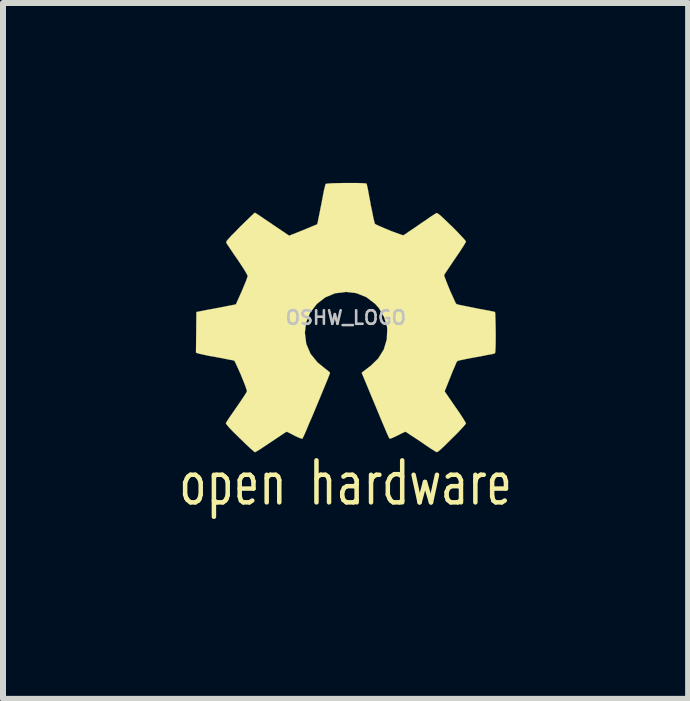
<source format=kicad_pcb>
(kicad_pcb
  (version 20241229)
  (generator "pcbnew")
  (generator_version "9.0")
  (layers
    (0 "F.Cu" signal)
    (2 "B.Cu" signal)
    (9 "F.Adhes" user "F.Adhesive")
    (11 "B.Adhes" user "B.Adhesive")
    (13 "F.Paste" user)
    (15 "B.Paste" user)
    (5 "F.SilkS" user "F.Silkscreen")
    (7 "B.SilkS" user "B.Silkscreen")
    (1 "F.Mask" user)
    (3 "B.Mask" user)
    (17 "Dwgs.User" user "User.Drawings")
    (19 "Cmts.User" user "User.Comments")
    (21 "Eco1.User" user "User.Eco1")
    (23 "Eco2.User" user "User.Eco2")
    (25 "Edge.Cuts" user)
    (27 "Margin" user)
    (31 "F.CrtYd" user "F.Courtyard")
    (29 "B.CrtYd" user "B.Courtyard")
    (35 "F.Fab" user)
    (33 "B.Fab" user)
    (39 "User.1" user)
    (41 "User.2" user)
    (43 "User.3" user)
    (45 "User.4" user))
  (footprint "OSHW_LOGO"
    (layer "F.Cu")
    (at 2.717 2.247)
    (property "Reference" "OSHW_LOGO" (at 0 0 0) (layer "Dwgs.User") (effects (font (size 0.226 0.226) (thickness 0.043))))
    (attr through_hole)
    (fp_line (start -2.68 2.75) (end -2.68 2.95) (stroke (width 0.075) (type solid)) (layer "F.SilkS"))
    (fp_line (start -2.68 2.95) (end -2.66 3.01) (stroke (width 0.075) (type solid)) (layer "F.SilkS"))
    (fp_line (start -2.66 3.01) (end -2.64 3.04) (stroke (width 0.075) (type solid)) (layer "F.SilkS"))
    (fp_line (start -2.65 2.68) (end -2.68 2.75) (stroke (width 0.075) (type solid)) (layer "F.SilkS"))
    (fp_line (start -2.64 3.04) (end -2.59 3.08) (stroke (width 0.075) (type solid)) (layer "F.SilkS"))
    (fp_line (start -2.63 2.65) (end -2.65 2.68) (stroke (width 0.075) (type solid)) (layer "F.SilkS"))
    (fp_line (start -2.59 2.62) (end -2.63 2.65) (stroke (width 0.075) (type solid)) (layer "F.SilkS"))
    (fp_line (start -2.59 3.08) (end -2.51 3.08) (stroke (width 0.075) (type solid)) (layer "F.SilkS"))
    (fp_line (start -2.51 2.62) (end -2.59 2.62) (stroke (width 0.075) (type solid)) (layer "F.SilkS"))
    (fp_line (start -2.51 3.08) (end -2.46 3.05) (stroke (width 0.075) (type solid)) (layer "F.SilkS"))
    (fp_line (start -2.46 2.66) (end -2.51 2.62) (stroke (width 0.075) (type solid)) (layer "F.SilkS"))
    (fp_line (start -2.46 3.05) (end -2.44 3.02) (stroke (width 0.075) (type solid)) (layer "F.SilkS"))
    (fp_line (start -2.44 2.69) (end -2.46 2.66) (stroke (width 0.075) (type solid)) (layer "F.SilkS"))
    (fp_line (start -2.44 3.02) (end -2.42 2.95) (stroke (width 0.075) (type solid)) (layer "F.SilkS"))
    (fp_line (start -2.42 2.75) (end -2.44 2.69) (stroke (width 0.075) (type solid)) (layer "F.SilkS"))
    (fp_line (start -2.42 2.95) (end -2.42 2.75) (stroke (width 0.075) (type solid)) (layer "F.SilkS"))
    (fp_line (start -2.2 2.65) (end -2.16 2.62) (stroke (width 0.075) (type solid)) (layer "F.SilkS"))
    (fp_line (start -2.2 3.32) (end -2.2 2.62) (stroke (width 0.075) (type solid)) (layer "F.SilkS"))
    (fp_line (start -2.16 2.62) (end -2.06 2.62) (stroke (width 0.075) (type solid)) (layer "F.SilkS"))
    (fp_line (start -2.15 3.08) (end -2.2 3.05) (stroke (width 0.075) (type solid)) (layer "F.SilkS"))
    (fp_line (start -2.06 2.62) (end -2.02 2.65) (stroke (width 0.075) (type solid)) (layer "F.SilkS"))
    (fp_line (start -2.05 3.08) (end -2.15 3.08) (stroke (width 0.075) (type solid)) (layer "F.SilkS"))
    (fp_line (start -2.02 2.65) (end -1.99 2.68) (stroke (width 0.075) (type solid)) (layer "F.SilkS"))
    (fp_line (start -2.01 3.05) (end -2.05 3.08) (stroke (width 0.075) (type solid)) (layer "F.SilkS"))
    (fp_line (start -1.99 2.68) (end -1.97 2.74) (stroke (width 0.075) (type solid)) (layer "F.SilkS"))
    (fp_line (start -1.99 3.02) (end -2.01 3.05) (stroke (width 0.075) (type solid)) (layer "F.SilkS"))
    (fp_line (start -1.97 2.74) (end -1.97 2.96) (stroke (width 0.075) (type solid)) (layer "F.SilkS"))
    (fp_line (start -1.97 2.96) (end -1.99 3.02) (stroke (width 0.075) (type solid)) (layer "F.SilkS"))
    (fp_line (start -1.77 2.71) (end -1.77 2.98) (stroke (width 0.075) (type solid)) (layer "F.SilkS"))
    (fp_line (start -1.77 2.98) (end -1.75 3.05) (stroke (width 0.075) (type solid)) (layer "F.SilkS"))
    (fp_line (start -1.75 3.05) (end -1.71 3.08) (stroke (width 0.075) (type solid)) (layer "F.SilkS"))
    (fp_line (start -1.74 2.65) (end -1.77 2.71) (stroke (width 0.075) (type solid)) (layer "F.SilkS"))
    (fp_line (start -1.71 3.08) (end -1.61 3.08) (stroke (width 0.075) (type solid)) (layer "F.SilkS"))
    (fp_line (start -1.7 2.62) (end -1.74 2.65) (stroke (width 0.075) (type solid)) (layer "F.SilkS"))
    (fp_line (start -1.61 3.08) (end -1.56 3.05) (stroke (width 0.075) (type solid)) (layer "F.SilkS"))
    (fp_line (start -1.6 2.62) (end -1.7 2.62) (stroke (width 0.075) (type solid)) (layer "F.SilkS"))
    (fp_line (start -1.56 2.66) (end -1.6 2.62) (stroke (width 0.075) (type solid)) (layer "F.SilkS"))
    (fp_line (start -1.54 2.73) (end -1.56 2.66) (stroke (width 0.075) (type solid)) (layer "F.SilkS"))
    (fp_line (start -1.54 2.85) (end -1.77 2.85) (stroke (width 0.075) (type solid)) (layer "F.SilkS"))
    (fp_line (start -1.54 2.85) (end -1.54 2.73) (stroke (width 0.075) (type solid)) (layer "F.SilkS"))
    (fp_line (start -1.32 2.62) (end -1.32 3.08) (stroke (width 0.075) (type solid)) (layer "F.SilkS"))
    (fp_line (start -1.32 2.68) (end -1.3 2.65) (stroke (width 0.075) (type solid)) (layer "F.SilkS"))
    (fp_line (start -1.3 2.65) (end -1.26 2.62) (stroke (width 0.075) (type solid)) (layer "F.SilkS"))
    (fp_line (start -1.26 2.62) (end -1.17 2.62) (stroke (width 0.075) (type solid)) (layer "F.SilkS"))
    (fp_line (start -1.17 2.62) (end -1.13 2.65) (stroke (width 0.075) (type solid)) (layer "F.SilkS"))
    (fp_line (start -1.13 2.65) (end -1.11 2.71) (stroke (width 0.075) (type solid)) (layer "F.SilkS"))
    (fp_line (start -1.11 2.71) (end -1.11 3.08) (stroke (width 0.075) (type solid)) (layer "F.SilkS"))
    (fp_line (start -0.49 2.38) (end -0.49 3.08) (stroke (width 0.075) (type solid)) (layer "F.SilkS"))
    (fp_line (start -0.49 2.69) (end -0.47 2.65) (stroke (width 0.075) (type solid)) (layer "F.SilkS"))
    (fp_line (start -0.47 2.65) (end -0.42 2.62) (stroke (width 0.075) (type solid)) (layer "F.SilkS"))
    (fp_line (start -0.42 2.62) (end -0.34 2.62) (stroke (width 0.075) (type solid)) (layer "F.SilkS"))
    (fp_line (start -0.34 2.62) (end -0.3 2.65) (stroke (width 0.075) (type solid)) (layer "F.SilkS"))
    (fp_line (start -0.3 2.65) (end -0.28 2.71) (stroke (width 0.075) (type solid)) (layer "F.SilkS"))
    (fp_line (start -0.28 2.71) (end -0.28 3.08) (stroke (width 0.075) (type solid)) (layer "F.SilkS"))
    (fp_line (start -0.06 2.91) (end -0.06 2.98) (stroke (width 0.075) (type solid)) (layer "F.SilkS"))
    (fp_line (start -0.06 2.98) (end -0.04 3.04) (stroke (width 0.075) (type solid)) (layer "F.SilkS"))
    (fp_line (start -0.04 2.65) (end 0.01 2.62) (stroke (width 0.075) (type solid)) (layer "F.SilkS"))
    (fp_line (start -0.04 3.04) (end 0.01 3.08) (stroke (width 0.075) (type solid)) (layer "F.SilkS"))
    (fp_line (start -0.03 2.84) (end -0.06 2.91) (stroke (width 0.075) (type solid)) (layer "F.SilkS"))
    (fp_line (start 0.01 2.62) (end 0.11 2.62) (stroke (width 0.075) (type solid)) (layer "F.SilkS"))
    (fp_line (start 0.01 3.08) (end 0.13 3.08) (stroke (width 0.075) (type solid)) (layer "F.SilkS"))
    (fp_line (start 0.02 2.81) (end -0.03 2.84) (stroke (width 0.075) (type solid)) (layer "F.SilkS"))
    (fp_line (start 0.11 2.62) (end 0.15 2.65) (stroke (width 0.075) (type solid)) (layer "F.SilkS"))
    (fp_line (start 0.13 3.08) (end 0.18 3.04) (stroke (width 0.075) (type solid)) (layer "F.SilkS"))
    (fp_line (start 0.14 2.81) (end 0.02 2.81) (stroke (width 0.075) (type solid)) (layer "F.SilkS"))
    (fp_line (start 0.15 2.65) (end 0.18 2.71) (stroke (width 0.075) (type solid)) (layer "F.SilkS"))
    (fp_line (start 0.18 2.71) (end 0.18 3.08) (stroke (width 0.075) (type solid)) (layer "F.SilkS"))
    (fp_line (start 0.18 2.78) (end 0.14 2.81) (stroke (width 0.075) (type solid)) (layer "F.SilkS"))
    (fp_line (start 0.42 2.62) (end 0.42 3.08) (stroke (width 0.075) (type solid)) (layer "F.SilkS"))
    (fp_line (start 0.42 2.74) (end 0.44 2.67) (stroke (width 0.075) (type solid)) (layer "F.SilkS"))
    (fp_line (start 0.44 2.67) (end 0.46 2.65) (stroke (width 0.075) (type solid)) (layer "F.SilkS"))
    (fp_line (start 0.46 2.65) (end 0.51 2.62) (stroke (width 0.075) (type solid)) (layer "F.SilkS"))
    (fp_line (start 0.51 2.62) (end 0.56 2.62) (stroke (width 0.075) (type solid)) (layer "F.SilkS"))
    (fp_line (start 0.7 2.75) (end 0.73 2.68) (stroke (width 0.075) (type solid)) (layer "F.SilkS"))
    (fp_line (start 0.7 2.95) (end 0.7 2.75) (stroke (width 0.075) (type solid)) (layer "F.SilkS"))
    (fp_line (start 0.73 2.68) (end 0.75 2.65) (stroke (width 0.075) (type solid)) (layer "F.SilkS"))
    (fp_line (start 0.73 3.02) (end 0.7 2.95) (stroke (width 0.075) (type solid)) (layer "F.SilkS"))
    (fp_line (start 0.75 2.65) (end 0.81 2.61) (stroke (width 0.075) (type solid)) (layer "F.SilkS"))
    (fp_line (start 0.75 3.05) (end 0.73 3.02) (stroke (width 0.075) (type solid)) (layer "F.SilkS"))
    (fp_line (start 0.79 3.08) (end 0.75 3.05) (stroke (width 0.075) (type solid)) (layer "F.SilkS"))
    (fp_line (start 0.81 2.61) (end 0.88 2.61) (stroke (width 0.075) (type solid)) (layer "F.SilkS"))
    (fp_line (start 0.88 2.61) (end 0.94 2.65) (stroke (width 0.075) (type solid)) (layer "F.SilkS"))
    (fp_line (start 0.9 3.08) (end 0.79 3.08) (stroke (width 0.075) (type solid)) (layer "F.SilkS"))
    (fp_line (start 0.94 2.38) (end 0.94 3.08) (stroke (width 0.075) (type solid)) (layer "F.SilkS"))
    (fp_line (start 0.94 3.05) (end 0.9 3.08) (stroke (width 0.075) (type solid)) (layer "F.SilkS"))
    (fp_line (start 1.13 2.62) (end 1.23 3.08) (stroke (width 0.075) (type solid)) (layer "F.SilkS"))
    (fp_line (start 1.23 3.08) (end 1.32 2.74) (stroke (width 0.075) (type solid)) (layer "F.SilkS"))
    (fp_line (start 1.32 2.74) (end 1.42 3.08) (stroke (width 0.075) (type solid)) (layer "F.SilkS"))
    (fp_line (start 1.42 3.08) (end 1.52 2.62) (stroke (width 0.075) (type solid)) (layer "F.SilkS"))
    (fp_line (start 1.68 2.91) (end 1.68 2.98) (stroke (width 0.075) (type solid)) (layer "F.SilkS"))
    (fp_line (start 1.68 2.98) (end 1.7 3.04) (stroke (width 0.075) (type solid)) (layer "F.SilkS"))
    (fp_line (start 1.7 2.65) (end 1.75 2.62) (stroke (width 0.075) (type solid)) (layer "F.SilkS"))
    (fp_line (start 1.7 3.04) (end 1.75 3.08) (stroke (width 0.075) (type solid)) (layer "F.SilkS"))
    (fp_line (start 1.71 2.84) (end 1.68 2.91) (stroke (width 0.075) (type solid)) (layer "F.SilkS"))
    (fp_line (start 1.75 2.62) (end 1.85 2.62) (stroke (width 0.075) (type solid)) (layer "F.SilkS"))
    (fp_line (start 1.75 3.08) (end 1.87 3.08) (stroke (width 0.075) (type solid)) (layer "F.SilkS"))
    (fp_line (start 1.76 2.81) (end 1.71 2.84) (stroke (width 0.075) (type solid)) (layer "F.SilkS"))
    (fp_line (start 1.85 2.62) (end 1.89 2.65) (stroke (width 0.075) (type solid)) (layer "F.SilkS"))
    (fp_line (start 1.87 3.08) (end 1.92 3.04) (stroke (width 0.075) (type solid)) (layer "F.SilkS"))
    (fp_line (start 1.88 2.81) (end 1.76 2.81) (stroke (width 0.075) (type solid)) (layer "F.SilkS"))
    (fp_line (start 1.89 2.65) (end 1.92 2.71) (stroke (width 0.075) (type solid)) (layer "F.SilkS"))
    (fp_line (start 1.92 2.71) (end 1.92 3.08) (stroke (width 0.075) (type solid)) (layer "F.SilkS"))
    (fp_line (start 1.92 2.78) (end 1.88 2.81) (stroke (width 0.075) (type solid)) (layer "F.SilkS"))
    (fp_line (start 2.16 2.62) (end 2.16 3.08) (stroke (width 0.075) (type solid)) (layer "F.SilkS"))
    (fp_line (start 2.16 2.74) (end 2.18 2.67) (stroke (width 0.075) (type solid)) (layer "F.SilkS"))
    (fp_line (start 2.18 2.67) (end 2.2 2.65) (stroke (width 0.075) (type solid)) (layer "F.SilkS"))
    (fp_line (start 2.2 2.65) (end 2.25 2.62) (stroke (width 0.075) (type solid)) (layer "F.SilkS"))
    (fp_line (start 2.25 2.62) (end 2.3 2.62) (stroke (width 0.075) (type solid)) (layer "F.SilkS"))
    (fp_line (start 2.44 2.71) (end 2.44 2.98) (stroke (width 0.075) (type solid)) (layer "F.SilkS"))
    (fp_line (start 2.44 2.98) (end 2.46 3.05) (stroke (width 0.075) (type solid)) (layer "F.SilkS"))
    (fp_line (start 2.46 3.05) (end 2.5 3.08) (stroke (width 0.075) (type solid)) (layer "F.SilkS"))
    (fp_line (start 2.47 2.65) (end 2.44 2.71) (stroke (width 0.075) (type solid)) (layer "F.SilkS"))
    (fp_line (start 2.5 3.08) (end 2.6 3.08) (stroke (width 0.075) (type solid)) (layer "F.SilkS"))
    (fp_line (start 2.51 2.62) (end 2.47 2.65) (stroke (width 0.075) (type solid)) (layer "F.SilkS"))
    (fp_line (start 2.6 3.08) (end 2.65 3.05) (stroke (width 0.075) (type solid)) (layer "F.SilkS"))
    (fp_line (start 2.61 2.62) (end 2.51 2.62) (stroke (width 0.075) (type solid)) (layer "F.SilkS"))
    (fp_line (start 2.65 2.66) (end 2.61 2.62) (stroke (width 0.075) (type solid)) (layer "F.SilkS"))
    (fp_line (start 2.67 2.73) (end 2.65 2.66) (stroke (width 0.075) (type solid)) (layer "F.SilkS"))
    (fp_line (start 2.67 2.85) (end 2.44 2.85) (stroke (width 0.075) (type solid)) (layer "F.SilkS"))
    (fp_line (start 2.67 2.85) (end 2.67 2.73) (stroke (width 0.075) (type solid)) (layer "F.SilkS"))
    (fp_poly (pts (xy -1.514 2.245) (xy -1.488 2.23) (xy -1.43 2.195) (xy -1.346 2.139) (xy -1.247 2.073) (xy -1.148 2.007) (xy -1.067 1.953) (xy -1.011 1.915) (xy -0.986 1.902) (xy -0.973 1.908) (xy -0.927 1.93) (xy -0.859 1.966) (xy -0.818 1.986) (xy -0.757 2.012) (xy -0.724 2.019) (xy -0.719 2.009) (xy -0.696 1.961) (xy -0.66 1.88) (xy -0.615 1.77) (xy -0.559 1.643) (xy -0.503 1.509) (xy -0.445 1.369) (xy -0.389 1.234) (xy -0.34 1.115) (xy -0.3 1.019) (xy -0.274 0.95) (xy -0.264 0.922) (xy -0.267 0.914) (xy -0.3 0.884) (xy -0.353 0.843) (xy -0.472 0.747) (xy -0.589 0.602) (xy -0.66 0.437) (xy -0.683 0.251) (xy -0.663 0.081) (xy -0.597 -0.081) (xy -0.483 -0.229) (xy -0.343 -0.338) (xy -0.18 -0.406) (xy 0 -0.429) (xy 0.173 -0.409) (xy 0.34 -0.343) (xy 0.488 -0.231) (xy 0.551 -0.16) (xy 0.638 -0.01) (xy 0.686 0.147) (xy 0.691 0.188) (xy 0.683 0.363) (xy 0.632 0.533) (xy 0.538 0.683) (xy 0.409 0.808) (xy 0.394 0.818) (xy 0.335 0.864) (xy 0.295 0.894) (xy 0.264 0.919) (xy 0.488 1.458) (xy 0.523 1.542) (xy 0.584 1.689) (xy 0.638 1.816) (xy 0.681 1.918) (xy 0.711 1.984) (xy 0.724 2.012) (xy 0.724 2.014) (xy 0.744 2.017) (xy 0.785 2.002) (xy 0.861 1.966) (xy 0.909 1.941) (xy 0.968 1.913) (xy 0.993 1.902) (xy 1.016 1.915) (xy 1.069 1.951) (xy 1.151 2.004) (xy 1.247 2.068) (xy 1.339 2.131) (xy 1.422 2.187) (xy 1.483 2.225) (xy 1.514 2.243) (xy 1.519 2.243) (xy 1.544 2.228) (xy 1.593 2.187) (xy 1.666 2.118) (xy 1.77 2.014) (xy 1.786 1.999) (xy 1.872 1.913) (xy 1.941 1.839) (xy 1.986 1.788) (xy 2.004 1.765) (xy 1.989 1.735) (xy 1.951 1.674) (xy 1.895 1.587) (xy 1.826 1.488) (xy 1.648 1.229) (xy 1.745 0.986) (xy 1.775 0.909) (xy 1.814 0.82) (xy 1.841 0.754) (xy 1.857 0.726) (xy 1.882 0.716) (xy 1.951 0.701) (xy 2.047 0.681) (xy 2.162 0.66) (xy 2.273 0.64) (xy 2.372 0.62) (xy 2.443 0.607) (xy 2.477 0.599) (xy 2.484 0.594) (xy 2.492 0.579) (xy 2.494 0.546) (xy 2.497 0.485) (xy 2.499 0.391) (xy 2.499 0.251) (xy 2.499 0.236) (xy 2.497 0.107) (xy 2.494 0) (xy 2.492 -0.066) (xy 2.487 -0.094) (xy 2.456 -0.102) (xy 2.385 -0.117) (xy 2.286 -0.135) (xy 2.167 -0.157) (xy 2.159 -0.16) (xy 2.042 -0.183) (xy 1.943 -0.203) (xy 1.872 -0.218) (xy 1.844 -0.229) (xy 1.836 -0.236) (xy 1.814 -0.282) (xy 1.781 -0.356) (xy 1.74 -0.445) (xy 1.702 -0.538) (xy 1.669 -0.622) (xy 1.646 -0.683) (xy 1.638 -0.711) (xy 1.641 -0.714) (xy 1.659 -0.742) (xy 1.699 -0.803) (xy 1.755 -0.886) (xy 1.824 -0.988) (xy 1.829 -0.996) (xy 1.897 -1.095) (xy 1.953 -1.181) (xy 1.989 -1.24) (xy 2.004 -1.267) (xy 2.004 -1.27) (xy 1.981 -1.3) (xy 1.93 -1.356) (xy 1.857 -1.433) (xy 1.77 -1.521) (xy 1.742 -1.547) (xy 1.643 -1.643) (xy 1.577 -1.704) (xy 1.534 -1.737) (xy 1.514 -1.745) (xy 1.483 -1.727) (xy 1.42 -1.687) (xy 1.336 -1.628) (xy 1.234 -1.56) (xy 1.227 -1.554) (xy 1.128 -1.486) (xy 1.044 -1.43) (xy 0.986 -1.389) (xy 0.958 -1.374) (xy 0.955 -1.374) (xy 0.914 -1.387) (xy 0.843 -1.412) (xy 0.754 -1.445) (xy 0.663 -1.483) (xy 0.579 -1.519) (xy 0.516 -1.547) (xy 0.485 -1.565) (xy 0.475 -1.6) (xy 0.457 -1.676) (xy 0.437 -1.778) (xy 0.411 -1.9) (xy 0.409 -1.92) (xy 0.386 -2.04) (xy 0.368 -2.139) (xy 0.353 -2.207) (xy 0.345 -2.235) (xy 0.33 -2.238) (xy 0.272 -2.243) (xy 0.183 -2.245) (xy 0.074 -2.245) (xy -0.038 -2.245) (xy -0.147 -2.243) (xy -0.241 -2.24) (xy -0.31 -2.235) (xy -0.338 -2.23) (xy -0.338 -2.228) (xy -0.348 -2.189) (xy -0.366 -2.116) (xy -0.386 -2.012) (xy -0.409 -1.89) (xy -0.414 -1.867) (xy -0.437 -1.75) (xy -0.457 -1.651) (xy -0.47 -1.585) (xy -0.478 -1.557) (xy -0.49 -1.552) (xy -0.538 -1.532) (xy -0.617 -1.499) (xy -0.716 -1.458) (xy -0.945 -1.367) (xy -1.227 -1.557) (xy -1.252 -1.575) (xy -1.354 -1.643) (xy -1.435 -1.699) (xy -1.494 -1.737) (xy -1.516 -1.75) (xy -1.519 -1.75) (xy -1.547 -1.725) (xy -1.603 -1.671) (xy -1.679 -1.598) (xy -1.768 -1.511) (xy -1.831 -1.445) (xy -1.91 -1.367) (xy -1.958 -1.313) (xy -1.986 -1.28) (xy -1.994 -1.26) (xy -1.991 -1.245) (xy -1.974 -1.217) (xy -1.933 -1.156) (xy -1.875 -1.069) (xy -1.806 -0.97) (xy -1.75 -0.886) (xy -1.689 -0.792) (xy -1.651 -0.726) (xy -1.636 -0.693) (xy -1.641 -0.681) (xy -1.659 -0.625) (xy -1.694 -0.541) (xy -1.735 -0.442) (xy -1.834 -0.221) (xy -1.979 -0.193) (xy -2.068 -0.175) (xy -2.189 -0.152) (xy -2.309 -0.13) (xy -2.492 -0.094) (xy -2.499 0.582) (xy -2.471 0.594) (xy -2.443 0.602) (xy -2.375 0.617) (xy -2.278 0.638) (xy -2.162 0.658) (xy -2.065 0.676) (xy -1.966 0.696) (xy -1.895 0.709) (xy -1.864 0.716) (xy -1.854 0.726) (xy -1.831 0.775) (xy -1.796 0.851) (xy -1.755 0.942) (xy -1.717 1.036) (xy -1.681 1.125) (xy -1.659 1.191) (xy -1.648 1.224) (xy -1.661 1.252) (xy -1.699 1.311) (xy -1.753 1.392) (xy -1.821 1.491) (xy -1.887 1.587) (xy -1.946 1.671) (xy -1.984 1.732) (xy -2.002 1.76) (xy -1.991 1.778) (xy -1.953 1.826) (xy -1.88 1.902) (xy -1.768 2.012) (xy -1.75 2.029) (xy -1.664 2.113) (xy -1.59 2.182) (xy -1.537 2.228) (xy -1.514 2.245)) (stroke (width 0.003) (type solid)) (fill yes) (layer "F.SilkS")))
  (gr_rect
    (start -3 -3)
    (end 8.425 8.604)
    (stroke (width 0.1) (type default))
    (fill no)
    (layer "Edge.Cuts")))
</source>
